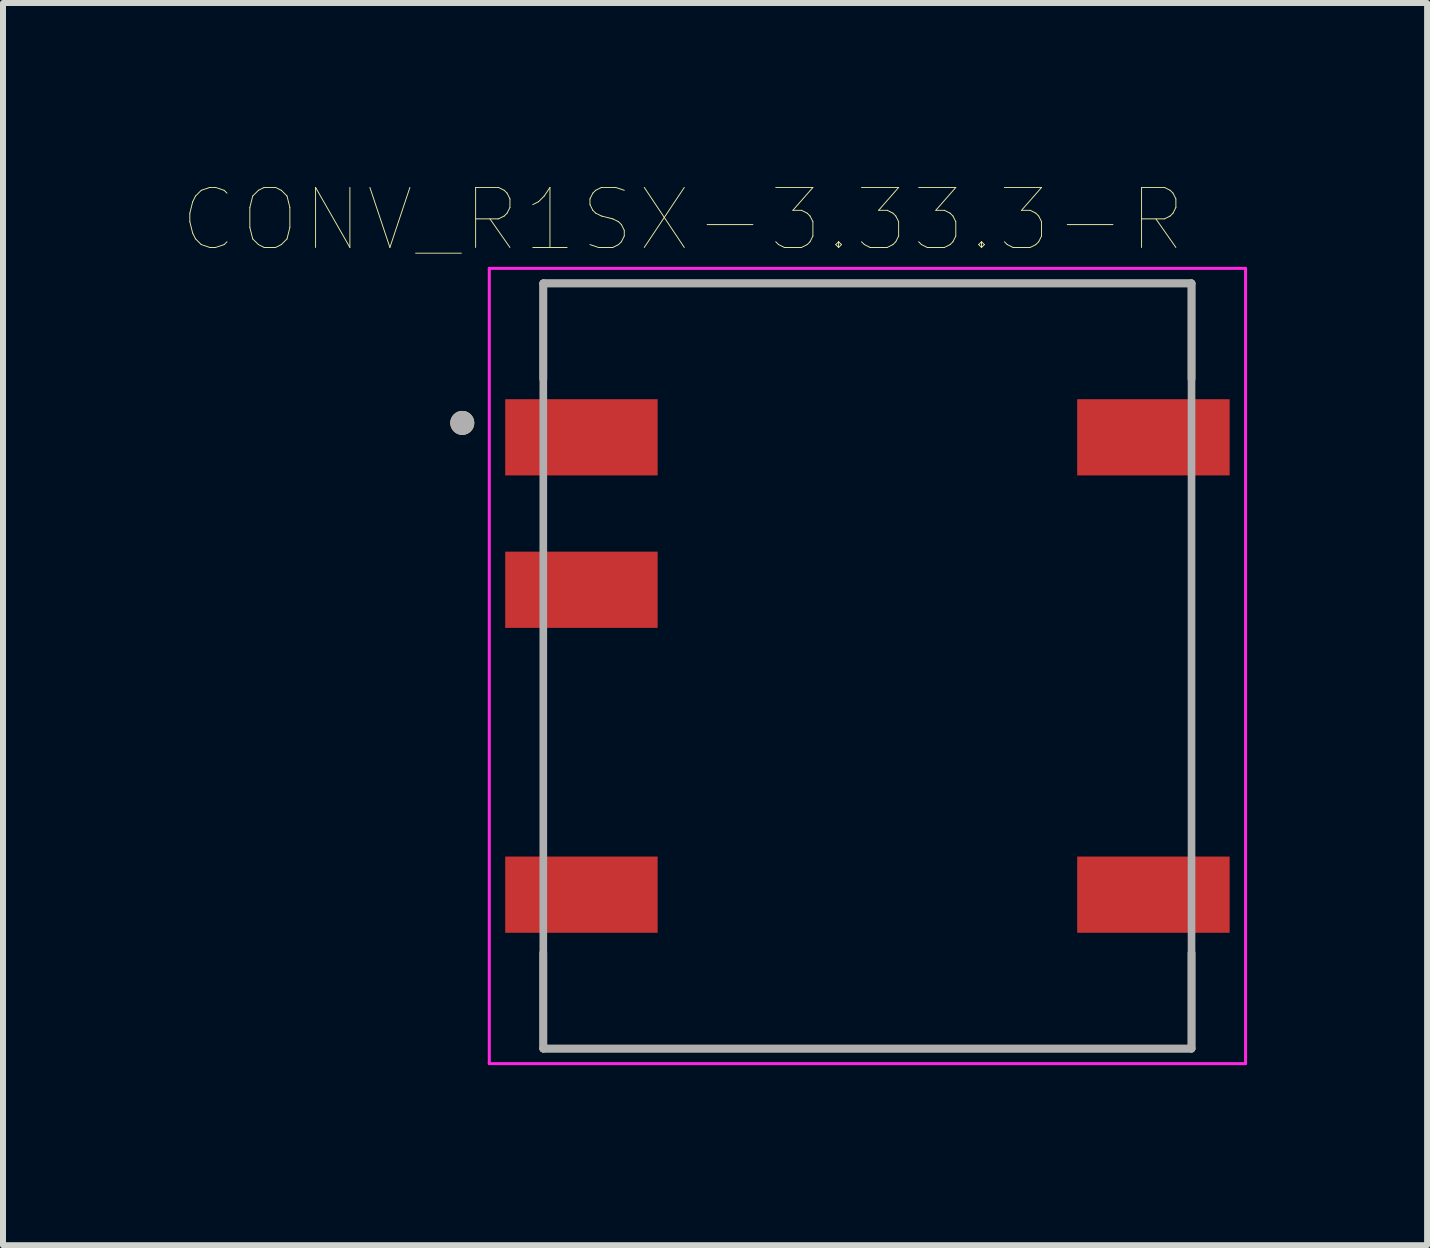
<source format=kicad_pcb>
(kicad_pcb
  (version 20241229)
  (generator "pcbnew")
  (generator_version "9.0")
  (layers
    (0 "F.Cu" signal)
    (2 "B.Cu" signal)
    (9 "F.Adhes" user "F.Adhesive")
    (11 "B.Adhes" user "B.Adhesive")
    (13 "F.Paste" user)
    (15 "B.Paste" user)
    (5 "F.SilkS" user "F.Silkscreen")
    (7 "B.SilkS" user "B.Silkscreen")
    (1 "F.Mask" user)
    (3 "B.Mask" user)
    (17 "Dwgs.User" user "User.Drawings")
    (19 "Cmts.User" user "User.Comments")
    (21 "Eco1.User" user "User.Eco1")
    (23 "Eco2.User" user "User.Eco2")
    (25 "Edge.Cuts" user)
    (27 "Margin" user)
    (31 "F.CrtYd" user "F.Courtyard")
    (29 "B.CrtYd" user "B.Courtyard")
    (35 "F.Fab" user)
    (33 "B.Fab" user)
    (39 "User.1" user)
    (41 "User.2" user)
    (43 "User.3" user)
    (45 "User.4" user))
  (footprint "CONV_R1SX-3.33.3-R"
    (layer "F.Cu")
    (at 11.402 8.046)
    (property "Reference" "CONV_R1SX-3.33.3-R" (at -3.075 -7.435 0) (layer "F.SilkS") (effects (font (size 1 1) (thickness 0.015))))
    (attr through_hole)
    (fp_line (start -5.4 -6.375) (end 5.4 -6.375) (stroke (width 0.127) (type solid)) (layer "F.SilkS"))
    (fp_line (start -5.4 -4.78) (end -5.4 -6.375) (stroke (width 0.127) (type solid)) (layer "F.SilkS"))
    (fp_line (start -5.4 4.78) (end -5.4 6.375) (stroke (width 0.127) (type solid)) (layer "F.SilkS"))
    (fp_line (start -5.4 6.375) (end 5.4 6.375) (stroke (width 0.127) (type solid)) (layer "F.SilkS"))
    (fp_line (start 5.4 -6.375) (end 5.4 -4.78) (stroke (width 0.127) (type solid)) (layer "F.SilkS"))
    (fp_line (start 5.4 6.375) (end 5.4 4.78) (stroke (width 0.127) (type solid)) (layer "F.SilkS"))
    (fp_circle (center -6.75 -4.05) (end -6.65 -4.05) (stroke (width 0.2) (type solid)) (fill no) (layer "F.SilkS"))
    (fp_line (start -6.3 -6.625) (end 6.3 -6.625) (stroke (width 0.05) (type solid)) (layer "F.CrtYd"))
    (fp_line (start -6.3 6.625) (end -6.3 -6.625) (stroke (width 0.05) (type solid)) (layer "F.CrtYd"))
    (fp_line (start 6.3 -6.625) (end 6.3 6.625) (stroke (width 0.05) (type solid)) (layer "F.CrtYd"))
    (fp_line (start 6.3 6.625) (end -6.3 6.625) (stroke (width 0.05) (type solid)) (layer "F.CrtYd"))
    (fp_line (start -5.4 -6.375) (end 5.4 -6.375) (stroke (width 0.127) (type solid)) (layer "F.Fab"))
    (fp_line (start -5.4 6.375) (end -5.4 -6.375) (stroke (width 0.127) (type solid)) (layer "F.Fab"))
    (fp_line (start 5.4 -6.375) (end 5.4 6.375) (stroke (width 0.127) (type solid)) (layer "F.Fab"))
    (fp_line (start 5.4 6.375) (end -5.4 6.375) (stroke (width 0.127) (type solid)) (layer "F.Fab"))
    (fp_circle (center -6.75 -4.05) (end -6.65 -4.05) (stroke (width 0.2) (type solid)) (fill no) (layer "F.Fab"))
    (pad "1" smd rect (at -4.765 -3.81) (size 2.54 1.27) (layers "F.Cu" "F.Mask" "F.Paste"))
    (pad "2" smd rect (at -4.765 -1.27) (size 2.54 1.27) (layers "F.Cu" "F.Mask" "F.Paste"))
    (pad "4" smd rect (at -4.765 3.81) (size 2.54 1.27) (layers "F.Cu" "F.Mask" "F.Paste"))
    (pad "5" smd rect (at 4.765 3.81) (size 2.54 1.27) (layers "F.Cu" "F.Mask" "F.Paste"))
    (pad "8" smd rect (at 4.765 -3.81) (size 2.54 1.27) (layers "F.Cu" "F.Mask" "F.Paste")))
  (gr_rect
    (start -3 -3)
    (end 20.727 17.696)
    (stroke (width 0.1) (type default))
    (fill no)
    (layer "Edge.Cuts")))
</source>
